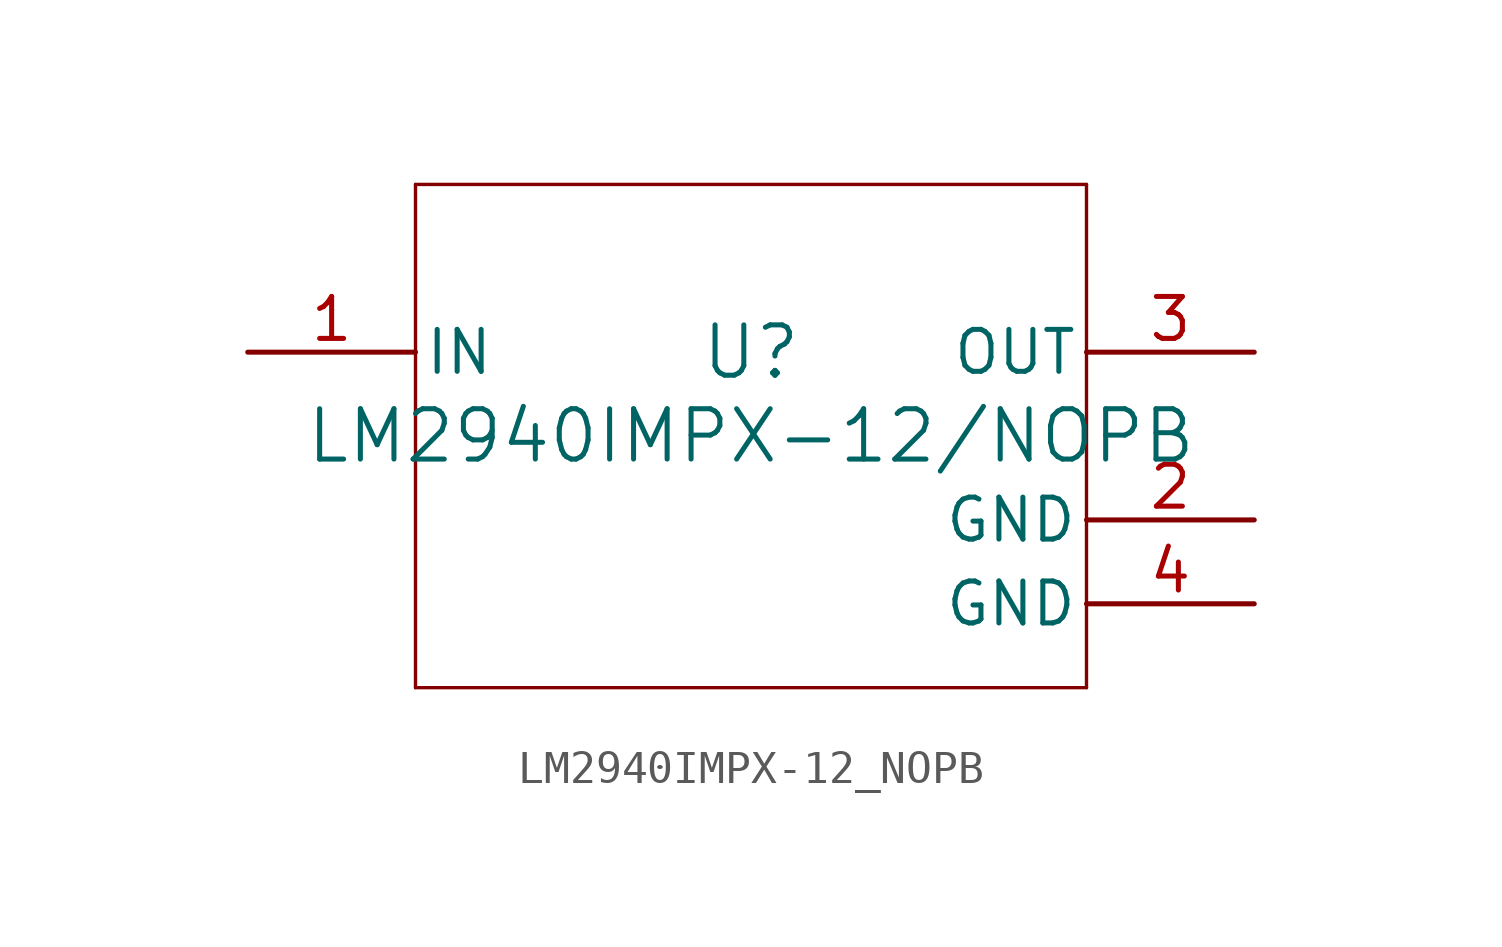
<source format=kicad_sym>
(kicad_symbol_lib
  (version 20211014)
  (generator kicad_symbol_editor)
  (symbol "LM2940IMPX-12_NOPB"
    (pin_names
      (offset 0.254))
    (property "Reference" "U"
      (at 0 2.54 0)
      (effects (font (size 1.524 1.524))))
    (property "Value" "LM2940IMPX-12/NOPB"
      (at 0 0 0)
      (effects (font (size 1.524 1.524))))
    (symbol "LM2940IMPX-12_NOPB_0_1"
      (polyline (pts (xy -10.16 -7.62) (xy 10.16 -7.62)) (stroke (width 0.102) (type default) (color 0 0 0 0)) (fill (type none)))
      (polyline (pts (xy 10.16 -7.62) (xy 10.16 7.62)) (stroke (width 0.102) (type default) (color 0 0 0 0)) (fill (type none)))
      (polyline (pts (xy 10.16 7.62) (xy -10.16 7.62)) (stroke (width 0.102) (type default) (color 0 0 0 0)) (fill (type none)))
      (polyline (pts (xy -10.16 7.62) (xy -10.16 -7.62)) (stroke (width 0.102) (type default) (color 0 0 0 0)) (fill (type none)))
      (pin power_in line (at -15.24 2.54 0) (length 5.08) (name "IN" (effects (font (size 1.27 1.27)))) (number "1" (effects (font (size 1.27 1.27)))))
      (pin power_in line (at 15.24 -2.54 180) (length 5.08) (name "GND" (effects (font (size 1.27 1.27)))) (number "2" (effects (font (size 1.27 1.27)))))
      (pin power_in line (at 15.24 2.54 180) (length 5.08) (name "OUT" (effects (font (size 1.27 1.27)))) (number "3" (effects (font (size 1.27 1.27)))))
      (pin power_in line (at 15.24 -5.08 180) (length 5.08) (name "GND" (effects (font (size 1.27 1.27)))) (number "4" (effects (font (size 1.27 1.27))))))))
</source>
